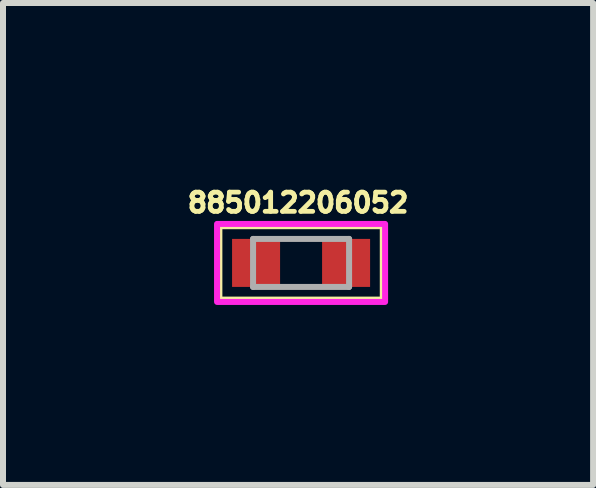
<source format=kicad_pcb>
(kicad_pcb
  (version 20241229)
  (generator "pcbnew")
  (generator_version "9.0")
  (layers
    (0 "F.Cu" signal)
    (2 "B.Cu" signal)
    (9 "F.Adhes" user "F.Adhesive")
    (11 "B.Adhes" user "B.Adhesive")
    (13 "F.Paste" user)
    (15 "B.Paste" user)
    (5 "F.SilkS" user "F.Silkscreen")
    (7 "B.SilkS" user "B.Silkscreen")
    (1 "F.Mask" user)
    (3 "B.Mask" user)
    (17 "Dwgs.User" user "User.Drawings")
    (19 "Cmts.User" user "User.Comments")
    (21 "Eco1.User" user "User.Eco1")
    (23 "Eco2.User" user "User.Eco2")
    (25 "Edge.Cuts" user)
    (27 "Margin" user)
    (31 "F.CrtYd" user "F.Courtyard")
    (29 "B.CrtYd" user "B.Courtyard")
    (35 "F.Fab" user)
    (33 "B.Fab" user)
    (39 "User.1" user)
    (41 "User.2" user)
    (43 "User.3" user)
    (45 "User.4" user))
  (footprint "885012206052"
    (layer "F.Cu")
    (at 1.967 1.331)
    (property "Reference" "885012206052" (at -0.05 -1.003 0) (layer "F.SilkS") (effects (font (size 0.32 0.32) (thickness 0.08))))
    (attr smd)
    (fp_line (start -1.375 -0.625) (end 1.375 -0.625) (stroke (width 0.127) (type solid)) (layer "F.SilkS"))
    (fp_line (start -1.375 0.625) (end -1.375 -0.625) (stroke (width 0.127) (type solid)) (layer "F.SilkS"))
    (fp_line (start 1.375 -0.625) (end 1.375 0.625) (stroke (width 0.127) (type solid)) (layer "F.SilkS"))
    (fp_line (start 1.375 0.625) (end -1.375 0.625) (stroke (width 0.127) (type solid)) (layer "F.SilkS"))
    (fp_poly (pts (xy -1.4 -0.65) (xy 1.4 -0.65) (xy 1.4 0.65) (xy -1.4 0.65)) (stroke (width 0.1) (type solid)) (fill no) (layer "F.CrtYd"))
    (fp_line (start -0.8 -0.4) (end -0.8 0.4) (stroke (width 0.1) (type solid)) (layer "F.Fab"))
    (fp_line (start -0.8 -0.4) (end 0.8 -0.4) (stroke (width 0.1) (type solid)) (layer "F.Fab"))
    (fp_line (start -0.8 0.4) (end 0.8 0.4) (stroke (width 0.1) (type solid)) (layer "F.Fab"))
    (fp_line (start 0.8 0.4) (end 0.8 -0.4) (stroke (width 0.1) (type solid)) (layer "F.Fab"))
    (pad "1" smd rect (at -0.75 0) (size 0.8 0.8) (layers "F.Cu" "F.Mask" "F.Paste"))
    (pad "2" smd rect (at 0.75 0) (size 0.8 0.8) (layers "F.Cu" "F.Mask" "F.Paste")))
  (gr_rect
    (start -3 -3)
    (end 6.833 5.031)
    (stroke (width 0.1) (type default))
    (fill no)
    (layer "Edge.Cuts")))
</source>
